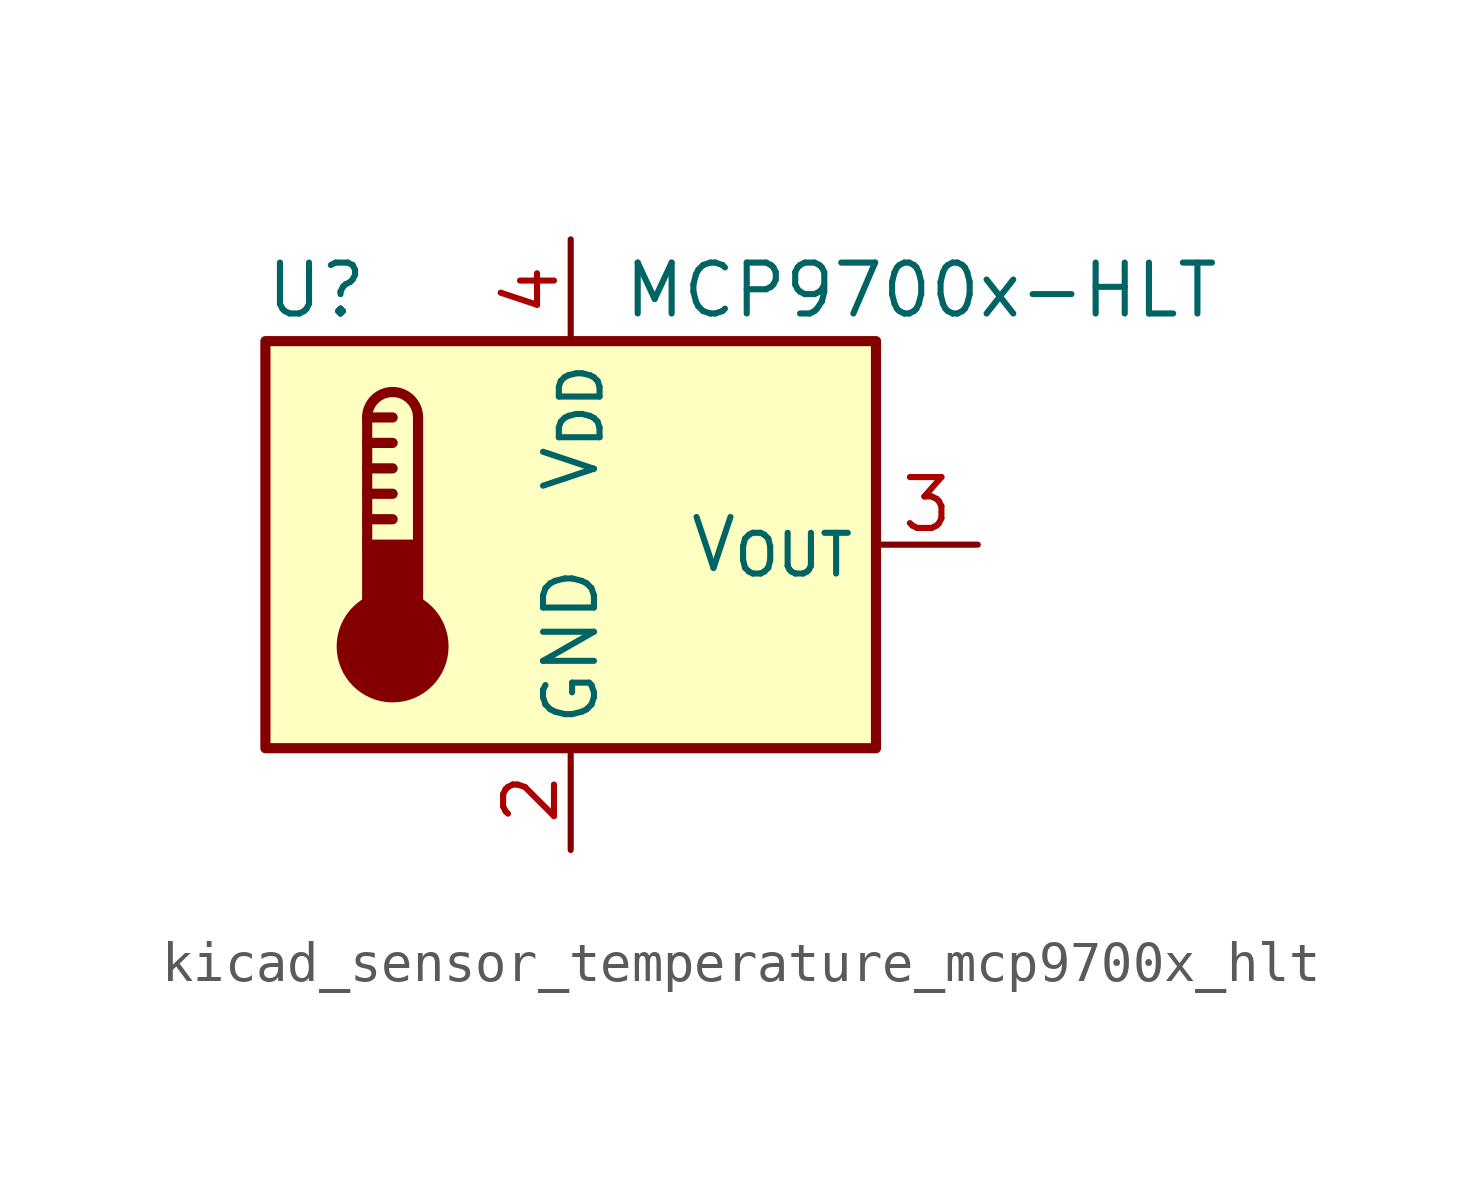
<source format=kicad_sym>
(kicad_symbol_lib
  (version 20220914)
  (generator kicad_symbol_editor)
  (symbol "kicad_sensor_temperature_mcp9700x_hlt"
    (property "Reference" "U"
      (at -6.35 6.35 0)
      (effects (font (size 1.27 1.27))))
    (property "Value" "MCP9700x-HLT"
      (at 1.27 6.35 0)
      (effects (font (size 1.27 1.27)) (justify left)))
    (symbol "kicad_sensor_temperature_mcp9700x_hlt_0_1"
      (rectangle (start -7.62 5.08) (end 7.62 -5.08) (stroke (width 0.254) (type default)) (fill (type background)))
      (circle (center -4.445 -2.54) (radius 1.27) (stroke (width 0.254) (type default)) (fill (type outline)))
      (rectangle (start -3.81 -1.905) (end -5.08 0) (stroke (width 0.254) (type default)) (fill (type outline)))
      (arc (start -3.81 3.175) (mid -4.445 3.8073) (end -5.08 3.175) (stroke (width 0.254) (type default)) (fill (type none)))
      (polyline (pts (xy -5.08 0.635) (xy -4.445 0.635)) (stroke (width 0.254) (type default)) (fill (type none)))
      (polyline (pts (xy -5.08 1.27) (xy -4.445 1.27)) (stroke (width 0.254) (type default)) (fill (type none)))
      (polyline (pts (xy -5.08 1.905) (xy -4.445 1.905)) (stroke (width 0.254) (type default)) (fill (type none)))
      (polyline (pts (xy -5.08 2.54) (xy -4.445 2.54)) (stroke (width 0.254) (type default)) (fill (type none)))
      (polyline (pts (xy -5.08 3.175) (xy -5.08 0)) (stroke (width 0.254) (type default)) (fill (type none)))
      (polyline (pts (xy -5.08 3.175) (xy -4.445 3.175)) (stroke (width 0.254) (type default)) (fill (type none)))
      (polyline (pts (xy -3.81 3.175) (xy -3.81 0)) (stroke (width 0.254) (type default)) (fill (type none))))
    (symbol "kicad_sensor_temperature_mcp9700x_hlt_1_1"
      (pin no_connect line (at 7.62 -2.54 180) (length 2.54) hide (name "NC" (effects (font (size 1.27 1.27)))) (number "1" (effects (font (size 1.27 1.27)))))
      (pin power_in line (at 0 -7.62 90) (length 2.54) (name "GND" (effects (font (size 1.27 1.27)))) (number "2" (effects (font (size 1.27 1.27)))))
      (pin output line (at 10.16 0 180) (length 2.54) (name "V_{OUT}" (effects (font (size 1.27 1.27)))) (number "3" (effects (font (size 1.27 1.27)))))
      (pin power_in line (at 0 7.62 270) (length 2.54) (name "V_{DD}" (effects (font (size 1.27 1.27)))) (number "4" (effects (font (size 1.27 1.27)))))
      (pin no_connect line (at 7.62 2.54 180) (length 2.54) hide (name "NC" (effects (font (size 1.27 1.27)))) (number "5" (effects (font (size 1.27 1.27))))))))
</source>
